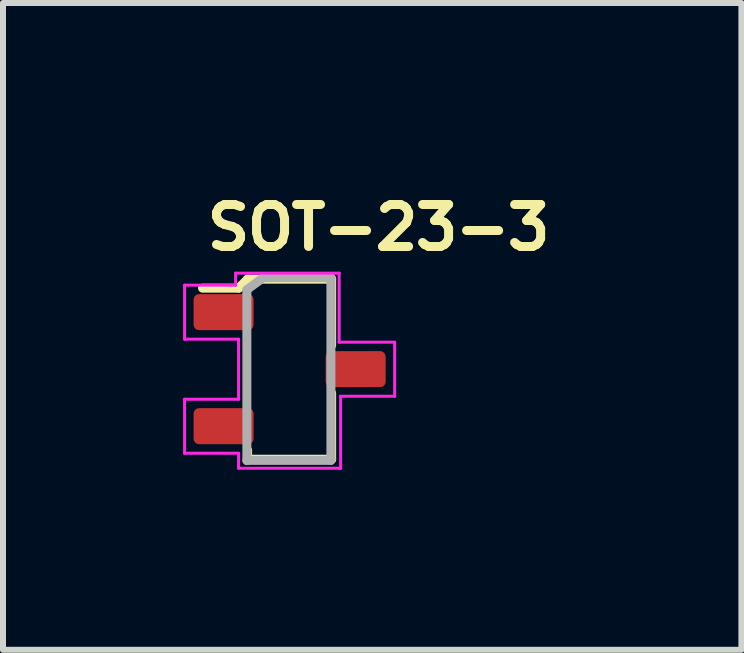
<source format=kicad_pcb>
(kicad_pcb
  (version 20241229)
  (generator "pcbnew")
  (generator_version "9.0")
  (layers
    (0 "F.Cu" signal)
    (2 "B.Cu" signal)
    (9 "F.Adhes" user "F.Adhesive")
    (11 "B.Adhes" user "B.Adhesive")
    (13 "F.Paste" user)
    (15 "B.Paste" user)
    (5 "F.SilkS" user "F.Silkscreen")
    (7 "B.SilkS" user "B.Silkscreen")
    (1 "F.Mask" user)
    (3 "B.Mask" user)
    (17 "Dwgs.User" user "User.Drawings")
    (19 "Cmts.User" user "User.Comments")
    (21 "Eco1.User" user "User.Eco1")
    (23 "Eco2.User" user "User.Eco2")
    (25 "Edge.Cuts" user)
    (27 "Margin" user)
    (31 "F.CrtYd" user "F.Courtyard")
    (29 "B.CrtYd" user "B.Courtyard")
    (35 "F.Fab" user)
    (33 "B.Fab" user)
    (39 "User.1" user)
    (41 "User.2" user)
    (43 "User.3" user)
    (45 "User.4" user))
  (footprint "SOT-23-3"
    (layer "F.Cu")
    (at 1.775 3.101)
    (property "Reference" "SOT-23-3" (at -1.45 -1.951 180) (layer "F.SilkS") (effects (font (size 0.7 0.7) (thickness 0.15)) (justify left bottom)))
    (attr smd)
    (fp_line (start -0.85 -1.35) (end -1.45 -1.35) (stroke (width 0.15) (type solid)) (layer "F.SilkS"))
    (fp_line (start -0.7 -1.5) (end -0.85 -1.35) (stroke (width 0.15) (type solid)) (layer "F.SilkS"))
    (fp_line (start -0.7 -1.5) (end 0.7 -1.5) (stroke (width 0.15) (type solid)) (layer "F.SilkS"))
    (fp_line (start -0.7 1.35) (end -0.7 1.5) (stroke (width 0.15) (type solid)) (layer "F.SilkS"))
    (fp_line (start -0.7 1.5) (end 0.7 1.5) (stroke (width 0.15) (type solid)) (layer "F.SilkS"))
    (fp_line (start 0.7 -1.5) (end 0.7 -0.4) (stroke (width 0.15) (type solid)) (layer "F.SilkS"))
    (fp_line (start 0.7 1.5) (end 0.7 0.4) (stroke (width 0.15) (type solid)) (layer "F.SilkS"))
    (fp_line (start -1.75 -1.4) (end -1.75 -0.5) (stroke (width 0.05) (type solid)) (layer "F.CrtYd"))
    (fp_line (start -1.75 -1.4) (end -0.9 -1.4) (stroke (width 0.05) (type solid)) (layer "F.CrtYd"))
    (fp_line (start -1.75 -0.5) (end -0.85 -0.5) (stroke (width 0.05) (type solid)) (layer "F.CrtYd"))
    (fp_line (start -1.75 0.5) (end -1.75 1.4) (stroke (width 0.05) (type solid)) (layer "F.CrtYd"))
    (fp_line (start -1.75 1.4) (end -0.85 1.4) (stroke (width 0.05) (type solid)) (layer "F.CrtYd"))
    (fp_line (start -0.9 -1.4) (end -0.9 -1.6) (stroke (width 0.05) (type solid)) (layer "F.CrtYd"))
    (fp_line (start -0.85 -0.5) (end -0.85 0.5) (stroke (width 0.05) (type solid)) (layer "F.CrtYd"))
    (fp_line (start -0.85 0.5) (end -1.75 0.5) (stroke (width 0.05) (type solid)) (layer "F.CrtYd"))
    (fp_line (start -0.85 1.4) (end -0.85 1.65) (stroke (width 0.05) (type solid)) (layer "F.CrtYd"))
    (fp_line (start -0.85 1.65) (end 0.85 1.65) (stroke (width 0.05) (type solid)) (layer "F.CrtYd"))
    (fp_line (start 0.825 -1.6) (end -0.9 -1.6) (stroke (width 0.05) (type solid)) (layer "F.CrtYd"))
    (fp_line (start 0.825 -0.45) (end 0.825 -1.6) (stroke (width 0.05) (type solid)) (layer "F.CrtYd"))
    (fp_line (start 0.85 0.45) (end 1.75 0.45) (stroke (width 0.05) (type solid)) (layer "F.CrtYd"))
    (fp_line (start 0.85 1.65) (end 0.85 0.45) (stroke (width 0.05) (type solid)) (layer "F.CrtYd"))
    (fp_line (start 1.75 -0.45) (end 0.825 -0.45) (stroke (width 0.05) (type solid)) (layer "F.CrtYd"))
    (fp_line (start 1.75 0.45) (end 1.75 -0.45) (stroke (width 0.05) (type solid)) (layer "F.CrtYd"))
    (fp_line (start -0.712 -1.325) (end -0.437 -1.526) (stroke (width 0.15) (type solid)) (layer "F.Fab"))
    (fp_line (start -0.712 1.523) (end -0.712 -1.325) (stroke (width 0.15) (type solid)) (layer "F.Fab"))
    (fp_line (start 0.688 -1.526) (end -0.437 -1.526) (stroke (width 0.15) (type solid)) (layer "F.Fab"))
    (fp_line (start 0.688 -1.52) (end 0.688 1.519) (stroke (width 0.15) (type solid)) (layer "F.Fab"))
    (fp_line (start 0.688 1.519) (end -0.712 1.519) (stroke (width 0.15) (type solid)) (layer "F.Fab"))
    (fp_rect (start 1.237 1.459) (end -1.24 -1.46) (stroke (width 0.1) (type solid)) (fill no) (layer "User.5"))
    (fp_line (start -1.237 -1.175) (end -0.959 -1.175) (stroke (width 0.02) (type solid)) (layer "User.9"))
    (fp_line (start -1.237 -0.729) (end -1.237 -1.175) (stroke (width 0.02) (type solid)) (layer "User.9"))
    (fp_line (start -1.237 -0.729) (end -0.959 -0.729) (stroke (width 0.02) (type solid)) (layer "User.9"))
    (fp_line (start -1.237 0.731) (end -1.237 1.176) (stroke (width 0.02) (type solid)) (layer "User.9"))
    (fp_line (start -1.237 0.731) (end -0.959 0.731) (stroke (width 0.02) (type solid)) (layer "User.9"))
    (fp_line (start -1.237 1.176) (end -0.959 1.176) (stroke (width 0.02) (type solid)) (layer "User.9"))
    (fp_line (start -0.927 -1.175) (end -0.959 -1.175) (stroke (width 0.02) (type solid)) (layer "User.9"))
    (fp_line (start -0.927 -0.729) (end -0.959 -0.729) (stroke (width 0.02) (type solid)) (layer "User.9"))
    (fp_line (start -0.927 0.731) (end -0.959 0.731) (stroke (width 0.02) (type solid)) (layer "User.9"))
    (fp_line (start -0.927 1.176) (end -0.959 1.176) (stroke (width 0.02) (type solid)) (layer "User.9"))
    (fp_line (start -0.85 -1.175) (end -0.927 -1.175) (stroke (width 0.02) (type solid)) (layer "User.9"))
    (fp_line (start -0.85 -0.729) (end -0.927 -0.729) (stroke (width 0.02) (type solid)) (layer "User.9"))
    (fp_line (start -0.85 0.731) (end -0.927 0.731) (stroke (width 0.02) (type solid)) (layer "User.9"))
    (fp_line (start -0.85 1.176) (end -0.927 1.176) (stroke (width 0.02) (type solid)) (layer "User.9"))
    (fp_line (start -0.699 -1.175) (end -0.85 -1.175) (stroke (width 0.02) (type solid)) (layer "User.9"))
    (fp_line (start -0.699 -0.729) (end -0.85 -0.729) (stroke (width 0.02) (type solid)) (layer "User.9"))
    (fp_line (start -0.699 0.731) (end -0.85 0.731) (stroke (width 0.02) (type solid)) (layer "User.9"))
    (fp_line (start -0.699 1.176) (end -0.85 1.176) (stroke (width 0.02) (type solid)) (layer "User.9"))
    (fp_line (start -0.637 -1.175) (end -0.637 -1.447) (stroke (width 0.02) (type solid)) (layer "User.9"))
    (fp_line (start -0.637 0.731) (end -0.637 -0.729) (stroke (width 0.02) (type solid)) (layer "User.9"))
    (fp_line (start -0.637 1.448) (end -0.637 1.176) (stroke (width 0.02) (type solid)) (layer "User.9"))
    (fp_line (start -0.637 1.448) (end -0.636 1.45) (stroke (width 0.02) (type solid)) (layer "User.9"))
    (fp_line (start -0.636 -1.451) (end -0.636 -1.451) (stroke (width 0.02) (type solid)) (layer "User.9"))
    (fp_line (start -0.636 -1.451) (end -0.636 -1.449) (stroke (width 0.02) (type solid)) (layer "User.9"))
    (fp_line (start -0.636 -1.449) (end -0.636 -1.449) (stroke (width 0.02) (type solid)) (layer "User.9"))
    (fp_line (start -0.636 -1.449) (end -0.636 -1.447) (stroke (width 0.02) (type solid)) (layer "User.9"))
    (fp_line (start -0.636 -1.447) (end -0.637 -1.447) (stroke (width 0.02) (type solid)) (layer "User.9"))
    (fp_line (start -0.636 1.45) (end -0.636 1.452) (stroke (width 0.02) (type solid)) (layer "User.9"))
    (fp_line (start -0.636 1.452) (end -0.636 1.452) (stroke (width 0.02) (type solid)) (layer "User.9"))
    (fp_line (start -0.636 1.452) (end -0.636 1.452) (stroke (width 0.02) (type solid)) (layer "User.9"))
    (fp_line (start -0.636 1.452) (end -0.636 1.452) (stroke (width 0.02) (type solid)) (layer "User.9"))
    (fp_line (start -0.636 1.452) (end -0.635 1.454) (stroke (width 0.02) (type solid)) (layer "User.9"))
    (fp_line (start -0.635 -1.453) (end -0.635 -1.453) (stroke (width 0.02) (type solid)) (layer "User.9"))
    (fp_line (start -0.635 -1.453) (end -0.635 -1.453) (stroke (width 0.02) (type solid)) (layer "User.9"))
    (fp_line (start -0.635 -1.453) (end -0.635 -1.451) (stroke (width 0.02) (type solid)) (layer "User.9"))
    (fp_line (start -0.635 -1.451) (end -0.636 -1.451) (stroke (width 0.02) (type solid)) (layer "User.9"))
    (fp_line (start -0.635 1.454) (end -0.635 1.454) (stroke (width 0.02) (type solid)) (layer "User.9"))
    (fp_line (start -0.635 1.454) (end -0.635 1.454) (stroke (width 0.02) (type solid)) (layer "User.9"))
    (fp_line (start -0.635 1.454) (end -0.635 1.456) (stroke (width 0.02) (type solid)) (layer "User.9"))
    (fp_line (start -0.635 1.456) (end -0.634 1.456) (stroke (width 0.02) (type solid)) (layer "User.9"))
    (fp_line (start -0.634 -1.455) (end -0.634 -1.455) (stroke (width 0.02) (type solid)) (layer "User.9"))
    (fp_line (start -0.634 -1.455) (end -0.634 -1.453) (stroke (width 0.02) (type solid)) (layer "User.9"))
    (fp_line (start -0.634 -1.453) (end -0.635 -1.453) (stroke (width 0.02) (type solid)) (layer "User.9"))
    (fp_line (start -0.634 1.456) (end -0.634 1.456) (stroke (width 0.02) (type solid)) (layer "User.9"))
    (fp_line (start -0.634 1.456) (end -0.634 1.456) (stroke (width 0.02) (type solid)) (layer "User.9"))
    (fp_line (start -0.634 1.456) (end -0.633 1.456) (stroke (width 0.02) (type solid)) (layer "User.9"))
    (fp_line (start -0.633 -1.455) (end -0.634 -1.455) (stroke (width 0.02) (type solid)) (layer "User.9"))
    (fp_line (start -0.633 -1.455) (end -0.633 -1.455) (stroke (width 0.02) (type solid)) (layer "User.9"))
    (fp_line (start -0.633 -1.175) (end -0.699 -1.175) (stroke (width 0.02) (type solid)) (layer "User.9"))
    (fp_line (start -0.633 -0.729) (end -0.699 -0.729) (stroke (width 0.02) (type solid)) (layer "User.9"))
    (fp_line (start -0.633 -0.729) (end -0.633 -1.175) (stroke (width 0.02) (type solid)) (layer "User.9"))
    (fp_line (start -0.633 0.731) (end -0.699 0.731) (stroke (width 0.02) (type solid)) (layer "User.9"))
    (fp_line (start -0.633 0.731) (end -0.633 1.176) (stroke (width 0.02) (type solid)) (layer "User.9"))
    (fp_line (start -0.633 1.176) (end -0.699 1.176) (stroke (width 0.02) (type solid)) (layer "User.9"))
    (fp_line (start -0.633 1.456) (end -0.633 1.458) (stroke (width 0.02) (type solid)) (layer "User.9"))
    (fp_line (start -0.633 1.458) (end -0.632 1.458) (stroke (width 0.02) (type solid)) (layer "User.9"))
    (fp_line (start -0.632 -1.457) (end -0.632 -1.457) (stroke (width 0.02) (type solid)) (layer "User.9"))
    (fp_line (start -0.632 -1.457) (end -0.632 -1.455) (stroke (width 0.02) (type solid)) (layer "User.9"))
    (fp_line (start -0.632 -1.455) (end -0.633 -1.455) (stroke (width 0.02) (type solid)) (layer "User.9"))
    (fp_line (start -0.632 1.458) (end -0.632 1.458) (stroke (width 0.02) (type solid)) (layer "User.9"))
    (fp_line (start -0.632 1.458) (end -0.632 1.458) (stroke (width 0.02) (type solid)) (layer "User.9"))
    (fp_line (start -0.632 1.458) (end -0.631 1.458) (stroke (width 0.02) (type solid)) (layer "User.9"))
    (fp_line (start -0.631 -1.457) (end -0.632 -1.457) (stroke (width 0.02) (type solid)) (layer "User.9"))
    (fp_line (start -0.631 -1.457) (end -0.631 -1.457) (stroke (width 0.02) (type solid)) (layer "User.9"))
    (fp_line (start -0.631 1.458) (end -0.631 1.458) (stroke (width 0.02) (type solid)) (layer "User.9"))
    (fp_line (start -0.631 1.458) (end -0.63 1.46) (stroke (width 0.02) (type solid)) (layer "User.9"))
    (fp_line (start -0.63 -1.457) (end -0.631 -1.457) (stroke (width 0.02) (type solid)) (layer "User.9"))
    (fp_line (start -0.63 -1.457) (end -0.63 -1.457) (stroke (width 0.02) (type solid)) (layer "User.9"))
    (fp_line (start -0.63 1.46) (end -0.63 1.46) (stroke (width 0.02) (type solid)) (layer "User.9"))
    (fp_line (start -0.63 1.46) (end -0.629 1.46) (stroke (width 0.02) (type solid)) (layer "User.9"))
    (fp_line (start -0.629 -1.457) (end -0.63 -1.457) (stroke (width 0.02) (type solid)) (layer "User.9"))
    (fp_line (start -0.629 -1.457) (end -0.629 -1.457) (stroke (width 0.02) (type solid)) (layer "User.9"))
    (fp_line (start -0.629 1.46) (end -0.629 1.46) (stroke (width 0.02) (type solid)) (layer "User.9"))
    (fp_line (start -0.629 1.46) (end -0.628 1.46) (stroke (width 0.02) (type solid)) (layer "User.9"))
    (fp_line (start -0.628 -1.459) (end -0.629 -1.457) (stroke (width 0.02) (type solid)) (layer "User.9"))
    (fp_line (start -0.628 1.46) (end -0.627 1.46) (stroke (width 0.02) (type solid)) (layer "User.9"))
    (fp_line (start -0.627 -1.459) (end -0.628 -1.459) (stroke (width 0.02) (type solid)) (layer "User.9"))
    (fp_line (start -0.627 -1.459) (end -0.627 -1.459) (stroke (width 0.02) (type solid)) (layer "User.9"))
    (fp_line (start -0.627 1.46) (end -0.627 1.46) (stroke (width 0.02) (type solid)) (layer "User.9"))
    (fp_line (start -0.627 1.46) (end -0.625 1.46) (stroke (width 0.02) (type solid)) (layer "User.9"))
    (fp_line (start -0.625 -1.459) (end -0.627 -1.459) (stroke (width 0.02) (type solid)) (layer "User.9"))
    (fp_line (start -0.625 1.46) (end -0.624 1.46) (stroke (width 0.02) (type solid)) (layer "User.9"))
    (fp_line (start -0.624 -1.459) (end -0.625 -1.459) (stroke (width 0.02) (type solid)) (layer "User.9"))
    (fp_line (start -0.624 -1.459) (end 0.651 -1.459) (stroke (width 0.02) (type solid)) (layer "User.9"))
    (fp_line (start 0.651 1.46) (end -0.624 1.46) (stroke (width 0.02) (type solid)) (layer "User.9"))
    (fp_line (start 0.651 1.46) (end 0.652 1.46) (stroke (width 0.02) (type solid)) (layer "User.9"))
    (fp_line (start 0.652 -1.459) (end 0.651 -1.459) (stroke (width 0.02) (type solid)) (layer "User.9"))
    (fp_line (start 0.652 1.46) (end 0.654 1.46) (stroke (width 0.02) (type solid)) (layer "User.9"))
    (fp_line (start 0.654 -1.459) (end 0.652 -1.459) (stroke (width 0.02) (type solid)) (layer "User.9"))
    (fp_line (start 0.654 -1.459) (end 0.654 -1.459) (stroke (width 0.02) (type solid)) (layer "User.9"))
    (fp_line (start 0.654 1.46) (end 0.654 1.46) (stroke (width 0.02) (type solid)) (layer "User.9"))
    (fp_line (start 0.654 1.46) (end 0.655 1.46) (stroke (width 0.02) (type solid)) (layer "User.9"))
    (fp_line (start 0.655 -1.459) (end 0.654 -1.459) (stroke (width 0.02) (type solid)) (layer "User.9"))
    (fp_line (start 0.655 -1.457) (end 0.655 -1.459) (stroke (width 0.02) (type solid)) (layer "User.9"))
    (fp_line (start 0.655 1.46) (end 0.655 1.46) (stroke (width 0.02) (type solid)) (layer "User.9"))
    (fp_line (start 0.655 1.46) (end 0.656 1.46) (stroke (width 0.02) (type solid)) (layer "User.9"))
    (fp_line (start 0.656 -1.457) (end 0.655 -1.457) (stroke (width 0.02) (type solid)) (layer "User.9"))
    (fp_line (start 0.656 1.46) (end 0.657 1.46) (stroke (width 0.02) (type solid)) (layer "User.9"))
    (fp_line (start 0.657 -1.457) (end 0.656 -1.457) (stroke (width 0.02) (type solid)) (layer "User.9"))
    (fp_line (start 0.657 -1.457) (end 0.657 -1.457) (stroke (width 0.02) (type solid)) (layer "User.9"))
    (fp_line (start 0.657 1.46) (end 0.657 1.46) (stroke (width 0.02) (type solid)) (layer "User.9"))
    (fp_line (start 0.657 1.46) (end 0.658 1.458) (stroke (width 0.02) (type solid)) (layer "User.9"))
    (fp_line (start 0.658 -1.457) (end 0.657 -1.457) (stroke (width 0.02) (type solid)) (layer "User.9"))
    (fp_line (start 0.658 -1.457) (end 0.658 -1.457) (stroke (width 0.02) (type solid)) (layer "User.9"))
    (fp_line (start 0.658 -1.457) (end 0.658 -1.457) (stroke (width 0.02) (type solid)) (layer "User.9"))
    (fp_line (start 0.658 1.458) (end 0.658 1.458) (stroke (width 0.02) (type solid)) (layer "User.9"))
    (fp_line (start 0.658 1.458) (end 0.658 1.458) (stroke (width 0.02) (type solid)) (layer "User.9"))
    (fp_line (start 0.658 1.458) (end 0.659 1.458) (stroke (width 0.02) (type solid)) (layer "User.9"))
    (fp_line (start 0.659 -1.457) (end 0.658 -1.457) (stroke (width 0.02) (type solid)) (layer "User.9"))
    (fp_line (start 0.659 -1.455) (end 0.659 -1.457) (stroke (width 0.02) (type solid)) (layer "User.9"))
    (fp_line (start 0.659 1.458) (end 0.659 1.458) (stroke (width 0.02) (type solid)) (layer "User.9"))
    (fp_line (start 0.659 1.458) (end 0.66 1.458) (stroke (width 0.02) (type solid)) (layer "User.9"))
    (fp_line (start 0.66 -1.455) (end 0.659 -1.455) (stroke (width 0.02) (type solid)) (layer "User.9"))
    (fp_line (start 0.66 -1.455) (end 0.66 -1.455) (stroke (width 0.02) (type solid)) (layer "User.9"))
    (fp_line (start 0.66 -1.455) (end 0.66 -1.455) (stroke (width 0.02) (type solid)) (layer "User.9"))
    (fp_line (start 0.66 -0.221) (end 0.66 0.223) (stroke (width 0.02) (type solid)) (layer "User.9"))
    (fp_line (start 0.66 -0.221) (end 0.724 -0.221) (stroke (width 0.02) (type solid)) (layer "User.9"))
    (fp_line (start 0.66 0.223) (end 0.724 0.223) (stroke (width 0.02) (type solid)) (layer "User.9"))
    (fp_line (start 0.66 1.456) (end 0.66 1.456) (stroke (width 0.02) (type solid)) (layer "User.9"))
    (fp_line (start 0.66 1.456) (end 0.661 1.456) (stroke (width 0.02) (type solid)) (layer "User.9"))
    (fp_line (start 0.66 1.458) (end 0.66 1.456) (stroke (width 0.02) (type solid)) (layer "User.9"))
    (fp_line (start 0.661 -1.455) (end 0.66 -1.455) (stroke (width 0.02) (type solid)) (layer "User.9"))
    (fp_line (start 0.661 -1.453) (end 0.661 -1.455) (stroke (width 0.02) (type solid)) (layer "User.9"))
    (fp_line (start 0.661 -1.453) (end 0.661 -1.453) (stroke (width 0.02) (type solid)) (layer "User.9"))
    (fp_line (start 0.661 1.456) (end 0.661 1.456) (stroke (width 0.02) (type solid)) (layer "User.9"))
    (fp_line (start 0.661 1.456) (end 0.661 1.456) (stroke (width 0.02) (type solid)) (layer "User.9"))
    (fp_line (start 0.661 1.456) (end 0.662 1.454) (stroke (width 0.02) (type solid)) (layer "User.9"))
    (fp_line (start 0.662 -1.453) (end 0.661 -1.453) (stroke (width 0.02) (type solid)) (layer "User.9"))
    (fp_line (start 0.662 -1.453) (end 0.662 -1.453) (stroke (width 0.02) (type solid)) (layer "User.9"))
    (fp_line (start 0.662 -1.451) (end 0.662 -1.453) (stroke (width 0.02) (type solid)) (layer "User.9"))
    (fp_line (start 0.662 -1.451) (end 0.662 -1.451) (stroke (width 0.02) (type solid)) (layer "User.9"))
    (fp_line (start 0.662 1.452) (end 0.663 1.452) (stroke (width 0.02) (type solid)) (layer "User.9"))
    (fp_line (start 0.662 1.454) (end 0.662 1.452) (stroke (width 0.02) (type solid)) (layer "User.9"))
    (fp_line (start 0.662 1.454) (end 0.662 1.454) (stroke (width 0.02) (type solid)) (layer "User.9"))
    (fp_line (start 0.662 1.454) (end 0.662 1.454) (stroke (width 0.02) (type solid)) (layer "User.9"))
    (fp_line (start 0.663 -1.451) (end 0.662 -1.451) (stroke (width 0.02) (type solid)) (layer "User.9"))
    (fp_line (start 0.663 -1.449) (end 0.663 -1.451) (stroke (width 0.02) (type solid)) (layer "User.9"))
    (fp_line (start 0.663 -1.449) (end 0.663 -1.449) (stroke (width 0.02) (type solid)) (layer "User.9"))
    (fp_line (start 0.663 -1.447) (end 0.663 -1.449) (stroke (width 0.02) (type solid)) (layer "User.9"))
    (fp_line (start 0.663 -1.447) (end 0.663 -1.447) (stroke (width 0.02) (type solid)) (layer "User.9"))
    (fp_line (start 0.663 -1.447) (end 0.663 -0.221) (stroke (width 0.02) (type solid)) (layer "User.9"))
    (fp_line (start 0.663 0.223) (end 0.663 1.448) (stroke (width 0.02) (type solid)) (layer "User.9"))
    (fp_line (start 0.663 1.45) (end 0.663 1.448) (stroke (width 0.02) (type solid)) (layer "User.9"))
    (fp_line (start 0.663 1.452) (end 0.663 1.45) (stroke (width 0.02) (type solid)) (layer "User.9"))
    (fp_line (start 0.663 1.452) (end 0.663 1.452) (stroke (width 0.02) (type solid)) (layer "User.9"))
    (fp_line (start 0.663 1.452) (end 0.663 1.452) (stroke (width 0.02) (type solid)) (layer "User.9"))
    (fp_line (start 0.724 -0.221) (end 0.876 -0.221) (stroke (width 0.02) (type solid)) (layer "User.9"))
    (fp_line (start 0.724 0.223) (end 0.876 0.223) (stroke (width 0.02) (type solid)) (layer "User.9"))
    (fp_line (start 0.876 -0.221) (end 0.953 -0.221) (stroke (width 0.02) (type solid)) (layer "User.9"))
    (fp_line (start 0.876 0.223) (end 0.953 0.223) (stroke (width 0.02) (type solid)) (layer "User.9"))
    (fp_line (start 0.953 -0.221) (end 0.985 -0.221) (stroke (width 0.02) (type solid)) (layer "User.9"))
    (fp_line (start 0.953 0.223) (end 0.985 0.223) (stroke (width 0.02) (type solid)) (layer "User.9"))
    (fp_line (start 1.24 -0.221) (end 0.985 -0.221) (stroke (width 0.02) (type solid)) (layer "User.9"))
    (fp_line (start 1.24 -0.221) (end 1.24 0.223) (stroke (width 0.02) (type solid)) (layer "User.9"))
    (fp_line (start 1.24 0.223) (end 0.985 0.223) (stroke (width 0.02) (type solid)) (layer "User.9"))
    (pad "1" smd roundrect (at -1.1 -0.951 180) (size 1 0.6) (layers "F.Cu" "F.Mask" "F.Paste") (roundrect_rratio 0.15))
    (pad "2" smd roundrect (at -1.1 0.949 180) (size 1 0.6) (layers "F.Cu" "F.Mask" "F.Paste") (roundrect_rratio 0.15))
    (pad "3" smd roundrect (at 1.1 -0.001 180) (size 1 0.6) (layers "F.Cu" "F.Mask" "F.Paste") (roundrect_rratio 0.15)))
  (gr_rect
    (start -3 -3)
    (end 9.302 7.776)
    (stroke (width 0.1) (type default))
    (fill no)
    (layer "Edge.Cuts")))
</source>
